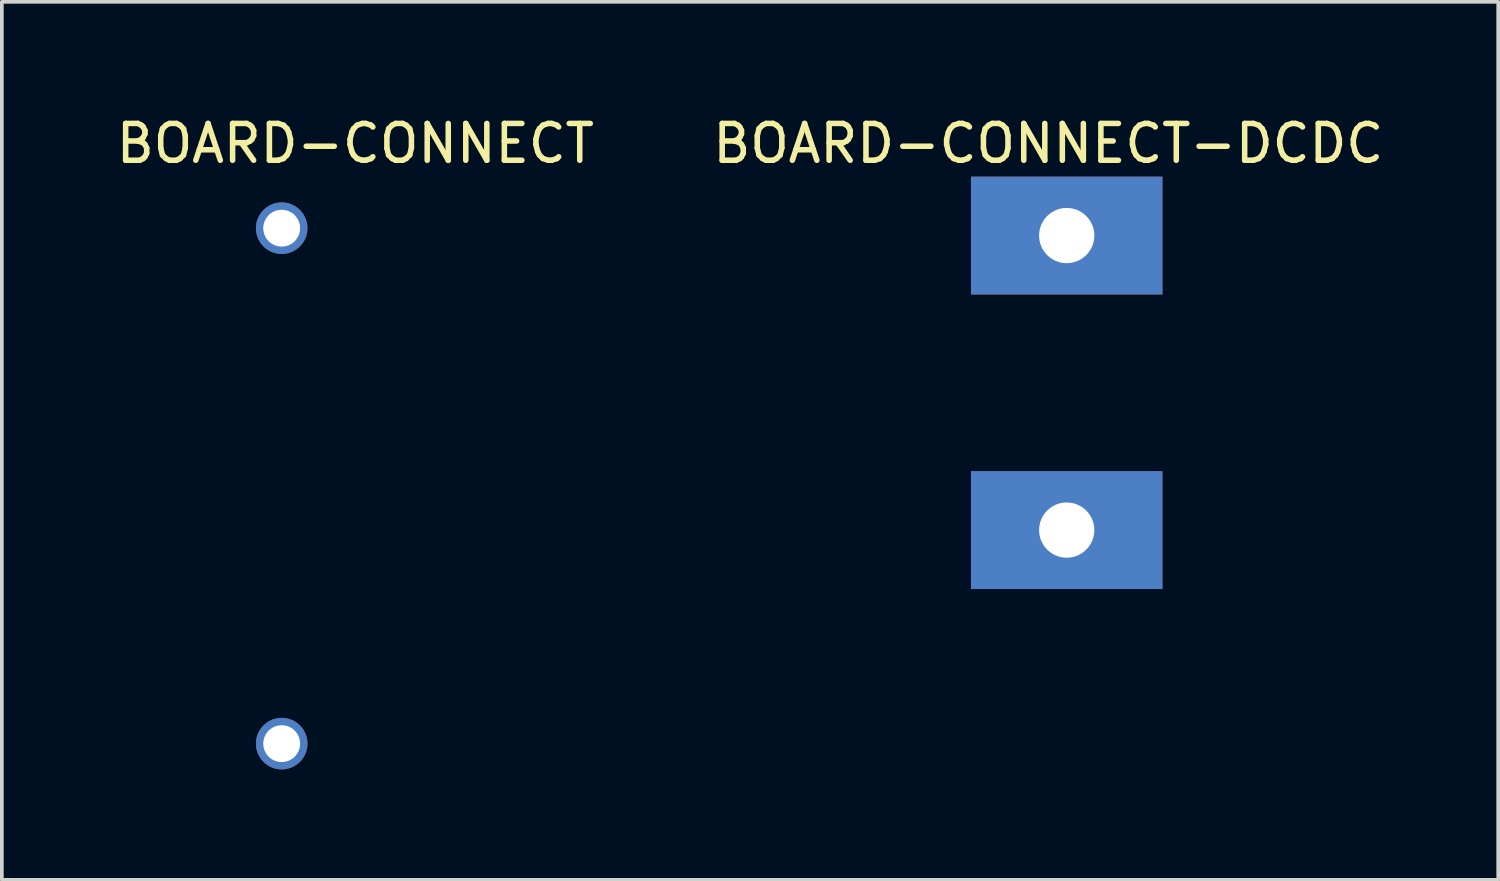
<source format=kicad_pcb>
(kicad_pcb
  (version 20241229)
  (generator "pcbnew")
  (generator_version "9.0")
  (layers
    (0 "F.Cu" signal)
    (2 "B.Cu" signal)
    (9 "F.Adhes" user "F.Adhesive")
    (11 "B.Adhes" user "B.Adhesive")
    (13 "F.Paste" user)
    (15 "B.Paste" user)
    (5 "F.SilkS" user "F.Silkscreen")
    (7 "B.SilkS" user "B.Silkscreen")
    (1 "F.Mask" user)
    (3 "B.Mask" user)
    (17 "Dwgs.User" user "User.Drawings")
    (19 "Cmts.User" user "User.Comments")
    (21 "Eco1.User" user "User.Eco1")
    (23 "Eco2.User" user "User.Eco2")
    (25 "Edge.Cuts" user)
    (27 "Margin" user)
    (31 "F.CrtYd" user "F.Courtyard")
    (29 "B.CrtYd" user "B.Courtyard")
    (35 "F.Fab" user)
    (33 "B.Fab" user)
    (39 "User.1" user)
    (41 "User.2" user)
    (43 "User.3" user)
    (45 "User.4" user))
  (footprint "BOARD-CONNECT-DCDC"
    (layer "F.Cu")
    (at 25.923 3.348)
    (property "Reference" "BOARD-CONNECT-DCDC" (at -0.5 -2.5 0) (layer "F.SilkS") (effects (font (size 1 1) (thickness 0.15))))
    (attr through_hole)
    (pad "1" thru_hole rect (at 0 0) (size 5.2 3.2) (drill 1.5) (layers "*.Cu" "*.Mask"))
    (pad "2" thru_hole rect (at 0 8) (size 5.2 3.2) (drill 1.5) (layers "*.Cu" "*.Mask")))
  (footprint "BOARD-CONNECT"
    (layer "F.Cu")
    (at 4.601 2.648)
    (property "Reference" "BOARD-CONNECT" (at 2 -1.8 0) (layer "F.SilkS") (effects (font (size 1 1) (thickness 0.15))))
    (attr through_hole)
    (pad "1" thru_hole circle (at 0 0.5) (size 1.4 1.4) (drill 1) (layers "*.Cu" "*.Mask"))
    (pad "2" thru_hole circle (at 0 14.5) (size 1.4 1.4) (drill 1) (layers "*.Cu" "*.Mask")))
  (gr_rect
    (start -3 -3)
    (end 37.643 20.848)
    (stroke (width 0.1) (type default))
    (fill no)
    (layer "Edge.Cuts")))
</source>
